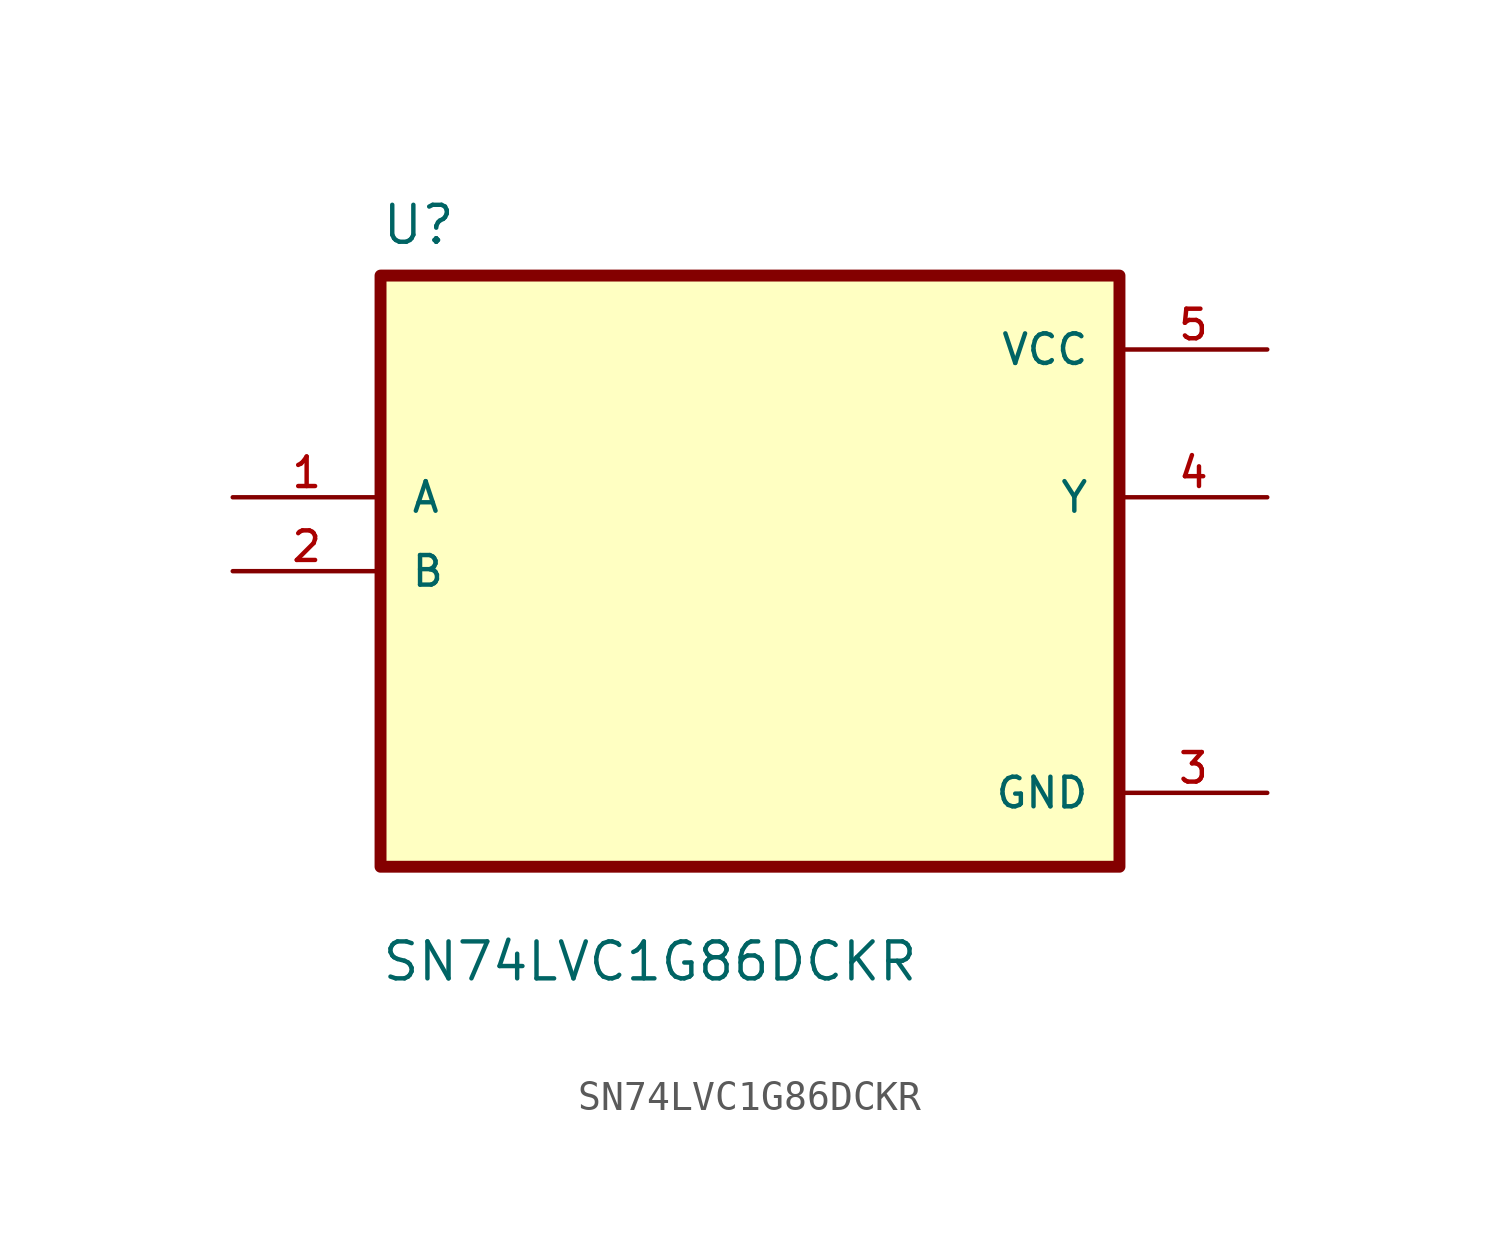
<source format=kicad_sym>
(kicad_symbol_lib
  (version 20211014)
  (generator kicad_symbol_editor)
  (symbol "SN74LVC1G86DCKR"
    (pin_names
      (offset 1.016))
    (property "Reference" "U"
      (at -12.7 11.16 0.0)
      (effects (font (size 1.27 1.27)) (justify bottom left)))
    (property "Value" "SN74LVC1G86DCKR"
      (at -12.7 -14.16 0.0)
      (effects (font (size 1.27 1.27)) (justify bottom left)))
    (symbol "SN74LVC1G86DCKR_0_0"
      (rectangle (start -12.7 -10.16) (end 12.7 10.16) (stroke (width 0.41)) (fill (type background)))
      (pin input line (at -17.78 2.54 0) (length 5.08) (name "A" (effects (font (size 1.016 1.016)))) (number "1" (effects (font (size 1.016 1.016)))))
      (pin input line (at -17.78 0.0 0) (length 5.08) (name "B" (effects (font (size 1.016 1.016)))) (number "2" (effects (font (size 1.016 1.016)))))
      (pin power_in line (at 17.78 7.62 180.0) (length 5.08) (name "VCC" (effects (font (size 1.016 1.016)))) (number "5" (effects (font (size 1.016 1.016)))))
      (pin output line (at 17.78 2.54 180.0) (length 5.08) (name "Y" (effects (font (size 1.016 1.016)))) (number "4" (effects (font (size 1.016 1.016)))))
      (pin power_in line (at 17.78 -7.62 180.0) (length 5.08) (name "GND" (effects (font (size 1.016 1.016)))) (number "3" (effects (font (size 1.016 1.016))))))))
</source>
